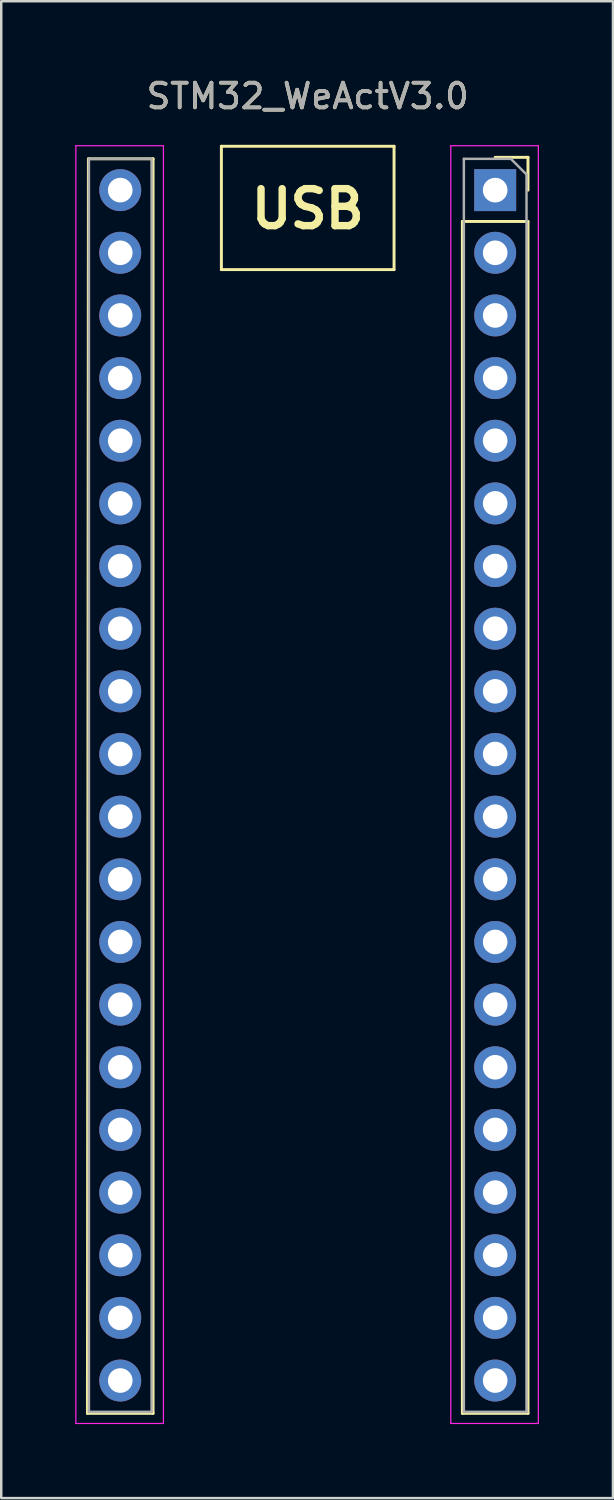
<source format=kicad_pcb>
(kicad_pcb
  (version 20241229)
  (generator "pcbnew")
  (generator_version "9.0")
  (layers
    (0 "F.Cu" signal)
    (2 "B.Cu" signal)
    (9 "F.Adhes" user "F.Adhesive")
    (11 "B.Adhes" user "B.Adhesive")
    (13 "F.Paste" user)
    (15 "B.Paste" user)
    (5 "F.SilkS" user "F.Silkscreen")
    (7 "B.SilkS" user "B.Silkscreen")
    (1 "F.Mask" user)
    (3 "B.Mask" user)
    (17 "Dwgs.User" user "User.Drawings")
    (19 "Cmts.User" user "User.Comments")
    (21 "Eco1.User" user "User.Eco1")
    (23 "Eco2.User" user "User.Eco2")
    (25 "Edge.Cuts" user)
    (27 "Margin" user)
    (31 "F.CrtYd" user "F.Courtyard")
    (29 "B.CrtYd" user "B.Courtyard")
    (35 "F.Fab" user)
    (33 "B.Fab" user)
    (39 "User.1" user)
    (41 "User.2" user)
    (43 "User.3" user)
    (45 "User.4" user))
  (footprint "STM32_WeActV3.0"
    (layer "F.Cu")
    (at 9.425 28.788)
    (property "Reference" "STM32_WeActV3.0" (at 0 -27.94 0) (layer "F.SilkS") (effects (font (size 1 1) (thickness 0.15))))
    (attr through_hole)
    (fp_line (start -8.93 25.46) (end -6.27 25.46) (stroke (width 0.12) (type solid)) (layer "F.SilkS"))
    (fp_line (start -8.89 -25.4) (end -8.93 25.46) (stroke (width 0.12) (type solid)) (layer "F.SilkS"))
    (fp_line (start -8.89 -25.4) (end -6.27 -25.4) (stroke (width 0.12) (type solid)) (layer "F.SilkS"))
    (fp_line (start -6.27 -25.4) (end -6.27 25.46) (stroke (width 0.12) (type solid)) (layer "F.SilkS"))
    (fp_line (start -3.5 -25.908) (end -3.5 -20.908) (stroke (width 0.12) (type solid)) (layer "F.SilkS"))
    (fp_line (start 3.5 -25.908) (end -3.5 -25.908) (stroke (width 0.12) (type solid)) (layer "F.SilkS"))
    (fp_line (start 3.5 -20.908) (end -3.5 -20.908) (stroke (width 0.12) (type solid)) (layer "F.SilkS"))
    (fp_line (start 3.5 -20.908) (end 3.5 -25.908) (stroke (width 0.12) (type solid)) (layer "F.SilkS"))
    (fp_line (start 6.27 -22.86) (end 6.27 25.46) (stroke (width 0.12) (type solid)) (layer "F.SilkS"))
    (fp_line (start 6.27 -22.86) (end 8.93 -22.86) (stroke (width 0.12) (type solid)) (layer "F.SilkS"))
    (fp_line (start 6.27 25.46) (end 8.93 25.46) (stroke (width 0.12) (type solid)) (layer "F.SilkS"))
    (fp_line (start 7.6 -25.46) (end 8.93 -25.46) (stroke (width 0.12) (type solid)) (layer "F.SilkS"))
    (fp_line (start 8.93 -25.46) (end 8.93 -24.13) (stroke (width 0.12) (type solid)) (layer "F.SilkS"))
    (fp_line (start 8.93 -22.86) (end 8.93 25.46) (stroke (width 0.12) (type solid)) (layer "F.SilkS"))
    (fp_line (start -9.4 -25.93) (end -5.85 -25.93) (stroke (width 0.05) (type solid)) (layer "F.CrtYd"))
    (fp_line (start -9.4 25.87) (end -9.4 -25.93) (stroke (width 0.05) (type solid)) (layer "F.CrtYd"))
    (fp_line (start -5.85 -25.93) (end -5.85 25.87) (stroke (width 0.05) (type solid)) (layer "F.CrtYd"))
    (fp_line (start -5.85 25.87) (end -9.4 25.87) (stroke (width 0.05) (type solid)) (layer "F.CrtYd"))
    (fp_line (start 5.8 -25.93) (end 9.35 -25.93) (stroke (width 0.05) (type solid)) (layer "F.CrtYd"))
    (fp_line (start 5.8 25.87) (end 5.8 -25.93) (stroke (width 0.05) (type solid)) (layer "F.CrtYd"))
    (fp_line (start 9.35 -25.93) (end 9.35 25.87) (stroke (width 0.05) (type solid)) (layer "F.CrtYd"))
    (fp_line (start 9.35 25.87) (end 5.8 25.87) (stroke (width 0.05) (type solid)) (layer "F.CrtYd"))
    (fp_line (start -8.87 -25.4) (end -6.35 -25.4) (stroke (width 0.1) (type solid)) (layer "F.Fab"))
    (fp_line (start -8.87 25.4) (end -8.87 -25.4) (stroke (width 0.1) (type solid)) (layer "F.Fab"))
    (fp_line (start -6.33 -25.4) (end -6.33 25.4) (stroke (width 0.1) (type solid)) (layer "F.Fab"))
    (fp_line (start -6.33 25.4) (end -8.87 25.4) (stroke (width 0.1) (type solid)) (layer "F.Fab"))
    (fp_line (start 6.33 -25.4) (end 8.235 -25.4) (stroke (width 0.1) (type solid)) (layer "F.Fab"))
    (fp_line (start 6.33 25.4) (end 6.33 -25.4) (stroke (width 0.1) (type solid)) (layer "F.Fab"))
    (fp_line (start 8.235 -25.4) (end 8.87 -24.765) (stroke (width 0.1) (type solid)) (layer "F.Fab"))
    (fp_line (start 8.87 -24.765) (end 8.87 25.4) (stroke (width 0.1) (type solid)) (layer "F.Fab"))
    (fp_line (start 8.87 25.4) (end 6.33 25.4) (stroke (width 0.1) (type solid)) (layer "F.Fab"))
    (fp_text user "USB" (at 0 -23.368 0) (layer "F.SilkS") (effects (font (size 1.5 1.5) (thickness 0.3))))
    (fp_text user "${REFERENCE}" (at 0 -27.94 180) (layer "F.Fab") (effects (font (size 1 1) (thickness 0.15))))
    (pad "1" thru_hole rect (at 7.6 -24.13) (size 1.7 1.7) (drill 1) (layers "*.Cu" "*.Mask"))
    (pad "2" thru_hole oval (at 7.6 -21.59) (size 1.7 1.7) (drill 1) (layers "*.Cu" "*.Mask"))
    (pad "3" thru_hole oval (at 7.6 -19.05) (size 1.7 1.7) (drill 1) (layers "*.Cu" "*.Mask"))
    (pad "4" thru_hole oval (at 7.6 -16.51) (size 1.7 1.7) (drill 1) (layers "*.Cu" "*.Mask"))
    (pad "5" thru_hole oval (at 7.6 -13.97) (size 1.7 1.7) (drill 1) (layers "*.Cu" "*.Mask"))
    (pad "6" thru_hole oval (at 7.6 -11.43) (size 1.7 1.7) (drill 1) (layers "*.Cu" "*.Mask"))
    (pad "7" thru_hole oval (at 7.6 -8.89) (size 1.7 1.7) (drill 1) (layers "*.Cu" "*.Mask"))
    (pad "8" thru_hole oval (at 7.6 -6.35) (size 1.7 1.7) (drill 1) (layers "*.Cu" "*.Mask"))
    (pad "9" thru_hole oval (at 7.6 -3.81) (size 1.7 1.7) (drill 1) (layers "*.Cu" "*.Mask"))
    (pad "10" thru_hole oval (at 7.6 -1.27) (size 1.7 1.7) (drill 1) (layers "*.Cu" "*.Mask"))
    (pad "11" thru_hole oval (at 7.6 1.27) (size 1.7 1.7) (drill 1) (layers "*.Cu" "*.Mask"))
    (pad "12" thru_hole oval (at 7.6 3.81) (size 1.7 1.7) (drill 1) (layers "*.Cu" "*.Mask"))
    (pad "13" thru_hole oval (at 7.6 6.35) (size 1.7 1.7) (drill 1) (layers "*.Cu" "*.Mask"))
    (pad "14" thru_hole oval (at 7.6 8.89) (size 1.7 1.7) (drill 1) (layers "*.Cu" "*.Mask"))
    (pad "15" thru_hole oval (at 7.6 11.43) (size 1.7 1.7) (drill 1) (layers "*.Cu" "*.Mask"))
    (pad "16" thru_hole oval (at 7.6 13.97) (size 1.7 1.7) (drill 1) (layers "*.Cu" "*.Mask"))
    (pad "17" thru_hole oval (at 7.6 16.51) (size 1.7 1.7) (drill 1) (layers "*.Cu" "*.Mask"))
    (pad "18" thru_hole oval (at 7.6 19.05) (size 1.7 1.7) (drill 1) (layers "*.Cu" "*.Mask"))
    (pad "19" thru_hole oval (at 7.6 21.59) (size 1.7 1.7) (drill 1) (layers "*.Cu" "*.Mask"))
    (pad "20" thru_hole oval (at 7.6 24.13) (size 1.7 1.7) (drill 1) (layers "*.Cu" "*.Mask"))
    (pad "21" thru_hole oval (at -7.6 24.13) (size 1.7 1.7) (drill 1) (layers "*.Cu" "*.Mask"))
    (pad "22" thru_hole oval (at -7.6 21.59) (size 1.7 1.7) (drill 1) (layers "*.Cu" "*.Mask"))
    (pad "23" thru_hole oval (at -7.6 19.05) (size 1.7 1.7) (drill 1) (layers "*.Cu" "*.Mask"))
    (pad "24" thru_hole oval (at -7.6 16.51) (size 1.7 1.7) (drill 1) (layers "*.Cu" "*.Mask"))
    (pad "25" thru_hole oval (at -7.6 13.97) (size 1.7 1.7) (drill 1) (layers "*.Cu" "*.Mask"))
    (pad "26" thru_hole oval (at -7.6 11.43) (size 1.7 1.7) (drill 1) (layers "*.Cu" "*.Mask"))
    (pad "27" thru_hole oval (at -7.6 8.89) (size 1.7 1.7) (drill 1) (layers "*.Cu" "*.Mask"))
    (pad "28" thru_hole oval (at -7.6 6.35) (size 1.7 1.7) (drill 1) (layers "*.Cu" "*.Mask"))
    (pad "29" thru_hole oval (at -7.6 3.81) (size 1.7 1.7) (drill 1) (layers "*.Cu" "*.Mask"))
    (pad "30" thru_hole oval (at -7.6 1.27) (size 1.7 1.7) (drill 1) (layers "*.Cu" "*.Mask"))
    (pad "31" thru_hole oval (at -7.6 -1.27) (size 1.7 1.7) (drill 1) (layers "*.Cu" "*.Mask"))
    (pad "32" thru_hole oval (at -7.6 -3.81) (size 1.7 1.7) (drill 1) (layers "*.Cu" "*.Mask"))
    (pad "33" thru_hole oval (at -7.6 -6.35) (size 1.7 1.7) (drill 1) (layers "*.Cu" "*.Mask"))
    (pad "34" thru_hole oval (at -7.6 -8.89) (size 1.7 1.7) (drill 1) (layers "*.Cu" "*.Mask"))
    (pad "35" thru_hole oval (at -7.6 -11.43) (size 1.7 1.7) (drill 1) (layers "*.Cu" "*.Mask"))
    (pad "36" thru_hole oval (at -7.6 -13.97) (size 1.7 1.7) (drill 1) (layers "*.Cu" "*.Mask"))
    (pad "37" thru_hole oval (at -7.6 -16.51) (size 1.7 1.7) (drill 1) (layers "*.Cu" "*.Mask"))
    (pad "38" thru_hole oval (at -7.6 -19.05) (size 1.7 1.7) (drill 1) (layers "*.Cu" "*.Mask"))
    (pad "39" thru_hole oval (at -7.6 -21.59) (size 1.7 1.7) (drill 1) (layers "*.Cu" "*.Mask"))
    (pad "40" thru_hole circle (at -7.6 -24.13) (size 1.7 1.7) (drill 1) (layers "*.Cu" "*.Mask")))
  (gr_rect
    (start -3 -3)
    (end 21.8 57.683)
    (stroke (width 0.1) (type default))
    (fill no)
    (layer "Edge.Cuts")))
</source>
